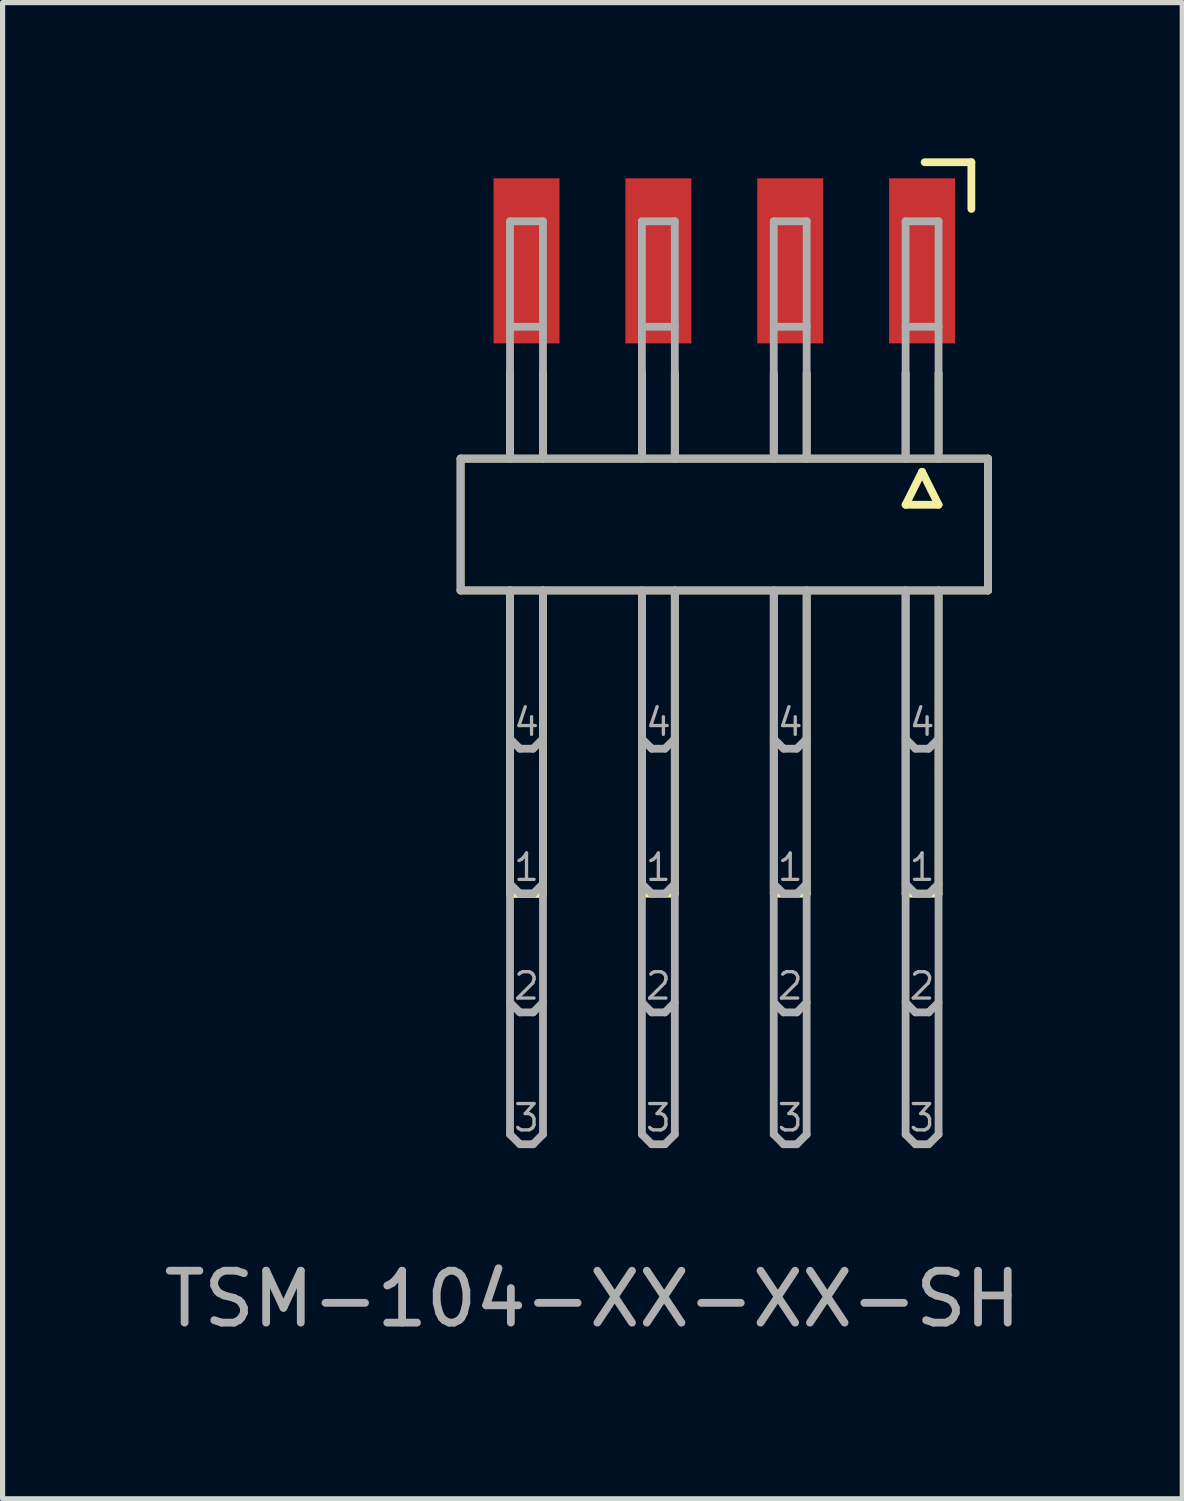
<source format=kicad_pcb>
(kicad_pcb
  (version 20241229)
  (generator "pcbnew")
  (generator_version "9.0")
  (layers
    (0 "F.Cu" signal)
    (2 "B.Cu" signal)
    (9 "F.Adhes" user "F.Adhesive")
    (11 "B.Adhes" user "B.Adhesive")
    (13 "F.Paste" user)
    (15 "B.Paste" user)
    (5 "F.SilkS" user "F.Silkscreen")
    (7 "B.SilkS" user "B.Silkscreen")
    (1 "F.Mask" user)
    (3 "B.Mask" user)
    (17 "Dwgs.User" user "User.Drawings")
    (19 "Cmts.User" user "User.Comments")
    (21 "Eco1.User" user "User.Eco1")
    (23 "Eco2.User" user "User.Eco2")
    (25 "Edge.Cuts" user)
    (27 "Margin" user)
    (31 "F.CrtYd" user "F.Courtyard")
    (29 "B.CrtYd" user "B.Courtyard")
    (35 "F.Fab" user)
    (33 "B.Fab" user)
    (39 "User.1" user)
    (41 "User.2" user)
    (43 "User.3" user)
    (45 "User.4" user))
  (footprint "TSM-104-XX-XX-SH"
    (layer "F.Cu")
    (at 10.903 6.975)
    (property "Reference" "TSM-104-XX-XX-SH" (at -2.54 15 0) (layer "F.Fab") (effects (font (size 1 1) (thickness 0.15))))
    (attr smd)
    (fp_line (start -5.08 -1.19) (end 5.08 -1.19) (stroke (width 0.15) (type solid)) (layer "F.SilkS"))
    (fp_line (start -5.08 1.35) (end -5.08 -1.19) (stroke (width 0.15) (type solid)) (layer "F.SilkS"))
    (fp_line (start -4.128 -2.841) (end -4.128 -1.19) (stroke (width 0.15) (type solid)) (layer "F.SilkS"))
    (fp_line (start -4.128 1.35) (end -4.128 7.192) (stroke (width 0.15) (type solid)) (layer "F.SilkS"))
    (fp_line (start -4.128 1.35) (end -4.128 7.192) (stroke (width 0.15) (type solid)) (layer "F.SilkS"))
    (fp_line (start -4.128 7.192) (end -3.493 7.192) (stroke (width 0.15) (type solid)) (layer "F.SilkS"))
    (fp_line (start -4.128 7.192) (end -3.493 7.192) (stroke (width 0.15) (type solid)) (layer "F.SilkS"))
    (fp_line (start -3.493 -1.19) (end -3.493 -2.841) (stroke (width 0.15) (type solid)) (layer "F.SilkS"))
    (fp_line (start -3.493 7.192) (end -3.493 1.35) (stroke (width 0.15) (type solid)) (layer "F.SilkS"))
    (fp_line (start -3.493 7.192) (end -3.493 1.35) (stroke (width 0.15) (type solid)) (layer "F.SilkS"))
    (fp_line (start -1.587 -2.841) (end -1.587 -1.19) (stroke (width 0.15) (type solid)) (layer "F.SilkS"))
    (fp_line (start -1.587 1.35) (end -1.587 7.192) (stroke (width 0.15) (type solid)) (layer "F.SilkS"))
    (fp_line (start -1.587 7.192) (end -0.953 7.192) (stroke (width 0.15) (type solid)) (layer "F.SilkS"))
    (fp_line (start -0.953 -1.19) (end -0.953 -2.841) (stroke (width 0.15) (type solid)) (layer "F.SilkS"))
    (fp_line (start -0.953 7.192) (end -0.953 1.35) (stroke (width 0.15) (type solid)) (layer "F.SilkS"))
    (fp_line (start 0.953 -2.841) (end 0.953 -1.19) (stroke (width 0.15) (type solid)) (layer "F.SilkS"))
    (fp_line (start 0.953 1.35) (end 0.953 7.192) (stroke (width 0.15) (type solid)) (layer "F.SilkS"))
    (fp_line (start 0.953 7.192) (end 1.587 7.192) (stroke (width 0.15) (type solid)) (layer "F.SilkS"))
    (fp_line (start 1.587 -1.19) (end 1.587 -2.841) (stroke (width 0.15) (type solid)) (layer "F.SilkS"))
    (fp_line (start 1.587 7.192) (end 1.587 1.35) (stroke (width 0.15) (type solid)) (layer "F.SilkS"))
    (fp_line (start 3.493 -2.841) (end 3.493 -1.19) (stroke (width 0.15) (type solid)) (layer "F.SilkS"))
    (fp_line (start 3.493 -0.301) (end 4.128 -0.301) (stroke (width 0.15) (type solid)) (layer "F.SilkS"))
    (fp_line (start 3.493 1.35) (end 3.493 7.192) (stroke (width 0.15) (type solid)) (layer "F.SilkS"))
    (fp_line (start 3.493 7.192) (end 4.128 7.192) (stroke (width 0.15) (type solid)) (layer "F.SilkS"))
    (fp_line (start 3.81 -0.936) (end 3.493 -0.301) (stroke (width 0.15) (type solid)) (layer "F.SilkS"))
    (fp_line (start 3.86 -6.9) (end 4.76 -6.9) (stroke (width 0.15) (type solid)) (layer "F.SilkS"))
    (fp_line (start 4.128 -1.19) (end 4.128 -2.841) (stroke (width 0.15) (type solid)) (layer "F.SilkS"))
    (fp_line (start 4.128 -0.301) (end 3.81 -0.936) (stroke (width 0.15) (type solid)) (layer "F.SilkS"))
    (fp_line (start 4.128 7.192) (end 4.128 1.35) (stroke (width 0.15) (type solid)) (layer "F.SilkS"))
    (fp_line (start 4.76 -6.9) (end 4.76 -6) (stroke (width 0.15) (type solid)) (layer "F.SilkS"))
    (fp_line (start 5.08 -1.19) (end 5.08 1.35) (stroke (width 0.15) (type solid)) (layer "F.SilkS"))
    (fp_line (start 5.08 1.35) (end -5.08 1.35) (stroke (width 0.15) (type solid)) (layer "F.SilkS"))
    (fp_line (start -5.08 -1.19) (end 5.08 -1.19) (stroke (width 0.15) (type solid)) (layer "F.Fab"))
    (fp_line (start -5.08 1.35) (end -5.08 -1.19) (stroke (width 0.15) (type solid)) (layer "F.Fab"))
    (fp_line (start -4.128 -5.762) (end -3.493 -5.762) (stroke (width 0.15) (type solid)) (layer "F.Fab"))
    (fp_line (start -4.128 -3.73) (end -4.128 -5.762) (stroke (width 0.15) (type solid)) (layer "F.Fab"))
    (fp_line (start -4.128 -3.73) (end -4.128 -1.19) (stroke (width 0.15) (type solid)) (layer "F.Fab"))
    (fp_line (start -4.128 1.35) (end -4.128 11.828) (stroke (width 0.15) (type solid)) (layer "F.Fab"))
    (fp_line (start -4.128 4.207) (end -3.937 4.398) (stroke (width 0.15) (type solid)) (layer "F.Fab"))
    (fp_line (start -4.128 7.002) (end -3.937 7.192) (stroke (width 0.15) (type solid)) (layer "F.Fab"))
    (fp_line (start -4.128 9.287) (end -3.937 9.478) (stroke (width 0.15) (type solid)) (layer "F.Fab"))
    (fp_line (start -4.128 11.828) (end -3.937 12.018) (stroke (width 0.15) (type solid)) (layer "F.Fab"))
    (fp_line (start -3.937 4.398) (end -3.683 4.398) (stroke (width 0.15) (type solid)) (layer "F.Fab"))
    (fp_line (start -3.937 7.192) (end -3.683 7.192) (stroke (width 0.15) (type solid)) (layer "F.Fab"))
    (fp_line (start -3.937 9.478) (end -3.683 9.478) (stroke (width 0.15) (type solid)) (layer "F.Fab"))
    (fp_line (start -3.937 12.018) (end -3.683 12.018) (stroke (width 0.15) (type solid)) (layer "F.Fab"))
    (fp_line (start -3.683 4.398) (end -3.493 4.207) (stroke (width 0.15) (type solid)) (layer "F.Fab"))
    (fp_line (start -3.683 7.192) (end -3.493 7.002) (stroke (width 0.15) (type solid)) (layer "F.Fab"))
    (fp_line (start -3.683 9.478) (end -3.493 9.287) (stroke (width 0.15) (type solid)) (layer "F.Fab"))
    (fp_line (start -3.683 12.018) (end -3.493 11.828) (stroke (width 0.15) (type solid)) (layer "F.Fab"))
    (fp_line (start -3.493 -5.762) (end -3.493 -3.73) (stroke (width 0.15) (type solid)) (layer "F.Fab"))
    (fp_line (start -3.493 -3.73) (end -4.128 -3.73) (stroke (width 0.15) (type solid)) (layer "F.Fab"))
    (fp_line (start -3.493 -3.73) (end -3.493 -1.19) (stroke (width 0.15) (type solid)) (layer "F.Fab"))
    (fp_line (start -3.493 11.828) (end -3.493 1.35) (stroke (width 0.15) (type solid)) (layer "F.Fab"))
    (fp_line (start -1.587 -5.762) (end -0.953 -5.762) (stroke (width 0.15) (type solid)) (layer "F.Fab"))
    (fp_line (start -1.587 -3.73) (end -1.587 -5.762) (stroke (width 0.15) (type solid)) (layer "F.Fab"))
    (fp_line (start -1.587 -3.73) (end -1.587 -1.19) (stroke (width 0.15) (type solid)) (layer "F.Fab"))
    (fp_line (start -1.587 1.35) (end -1.587 11.828) (stroke (width 0.15) (type solid)) (layer "F.Fab"))
    (fp_line (start -1.587 4.207) (end -1.397 4.398) (stroke (width 0.15) (type solid)) (layer "F.Fab"))
    (fp_line (start -1.587 7.002) (end -1.397 7.192) (stroke (width 0.15) (type solid)) (layer "F.Fab"))
    (fp_line (start -1.587 9.287) (end -1.397 9.478) (stroke (width 0.15) (type solid)) (layer "F.Fab"))
    (fp_line (start -1.587 11.828) (end -1.397 12.018) (stroke (width 0.15) (type solid)) (layer "F.Fab"))
    (fp_line (start -1.397 4.398) (end -1.143 4.398) (stroke (width 0.15) (type solid)) (layer "F.Fab"))
    (fp_line (start -1.397 7.192) (end -1.143 7.192) (stroke (width 0.15) (type solid)) (layer "F.Fab"))
    (fp_line (start -1.397 9.478) (end -1.143 9.478) (stroke (width 0.15) (type solid)) (layer "F.Fab"))
    (fp_line (start -1.397 12.018) (end -1.143 12.018) (stroke (width 0.15) (type solid)) (layer "F.Fab"))
    (fp_line (start -1.143 4.398) (end -0.953 4.207) (stroke (width 0.15) (type solid)) (layer "F.Fab"))
    (fp_line (start -1.143 7.192) (end -0.953 7.002) (stroke (width 0.15) (type solid)) (layer "F.Fab"))
    (fp_line (start -1.143 9.478) (end -0.953 9.287) (stroke (width 0.15) (type solid)) (layer "F.Fab"))
    (fp_line (start -1.143 12.018) (end -0.953 11.828) (stroke (width 0.15) (type solid)) (layer "F.Fab"))
    (fp_line (start -0.953 -5.762) (end -0.953 -3.73) (stroke (width 0.15) (type solid)) (layer "F.Fab"))
    (fp_line (start -0.953 -3.73) (end -1.587 -3.73) (stroke (width 0.15) (type solid)) (layer "F.Fab"))
    (fp_line (start -0.953 -3.73) (end -0.953 -1.19) (stroke (width 0.15) (type solid)) (layer "F.Fab"))
    (fp_line (start -0.953 11.828) (end -0.953 1.35) (stroke (width 0.15) (type solid)) (layer "F.Fab"))
    (fp_line (start 0.953 -5.762) (end 1.587 -5.762) (stroke (width 0.15) (type solid)) (layer "F.Fab"))
    (fp_line (start 0.953 -3.73) (end 0.953 -5.762) (stroke (width 0.15) (type solid)) (layer "F.Fab"))
    (fp_line (start 0.953 -3.73) (end 0.953 -1.19) (stroke (width 0.15) (type solid)) (layer "F.Fab"))
    (fp_line (start 0.953 1.35) (end 0.953 11.828) (stroke (width 0.15) (type solid)) (layer "F.Fab"))
    (fp_line (start 0.953 4.207) (end 1.143 4.398) (stroke (width 0.15) (type solid)) (layer "F.Fab"))
    (fp_line (start 0.953 7.002) (end 1.143 7.192) (stroke (width 0.15) (type solid)) (layer "F.Fab"))
    (fp_line (start 0.953 9.287) (end 1.143 9.478) (stroke (width 0.15) (type solid)) (layer "F.Fab"))
    (fp_line (start 0.953 11.828) (end 1.143 12.018) (stroke (width 0.15) (type solid)) (layer "F.Fab"))
    (fp_line (start 1.143 4.398) (end 1.397 4.398) (stroke (width 0.15) (type solid)) (layer "F.Fab"))
    (fp_line (start 1.143 7.192) (end 1.397 7.192) (stroke (width 0.15) (type solid)) (layer "F.Fab"))
    (fp_line (start 1.143 9.478) (end 1.397 9.478) (stroke (width 0.15) (type solid)) (layer "F.Fab"))
    (fp_line (start 1.143 12.018) (end 1.397 12.018) (stroke (width 0.15) (type solid)) (layer "F.Fab"))
    (fp_line (start 1.397 4.398) (end 1.587 4.207) (stroke (width 0.15) (type solid)) (layer "F.Fab"))
    (fp_line (start 1.397 7.192) (end 1.587 7.002) (stroke (width 0.15) (type solid)) (layer "F.Fab"))
    (fp_line (start 1.397 9.478) (end 1.587 9.287) (stroke (width 0.15) (type solid)) (layer "F.Fab"))
    (fp_line (start 1.397 12.018) (end 1.587 11.828) (stroke (width 0.15) (type solid)) (layer "F.Fab"))
    (fp_line (start 1.587 -5.762) (end 1.587 -3.73) (stroke (width 0.15) (type solid)) (layer "F.Fab"))
    (fp_line (start 1.587 -3.73) (end 0.953 -3.73) (stroke (width 0.15) (type solid)) (layer "F.Fab"))
    (fp_line (start 1.587 -3.73) (end 1.587 -1.19) (stroke (width 0.15) (type solid)) (layer "F.Fab"))
    (fp_line (start 1.587 11.828) (end 1.587 1.35) (stroke (width 0.15) (type solid)) (layer "F.Fab"))
    (fp_line (start 3.493 -5.762) (end 4.128 -5.762) (stroke (width 0.15) (type solid)) (layer "F.Fab"))
    (fp_line (start 3.493 -3.73) (end 3.493 -5.762) (stroke (width 0.15) (type solid)) (layer "F.Fab"))
    (fp_line (start 3.493 -3.73) (end 3.493 -1.19) (stroke (width 0.15) (type solid)) (layer "F.Fab"))
    (fp_line (start 3.493 1.35) (end 3.493 11.828) (stroke (width 0.15) (type solid)) (layer "F.Fab"))
    (fp_line (start 3.493 4.207) (end 3.683 4.398) (stroke (width 0.15) (type solid)) (layer "F.Fab"))
    (fp_line (start 3.493 7.002) (end 3.683 7.192) (stroke (width 0.15) (type solid)) (layer "F.Fab"))
    (fp_line (start 3.493 9.287) (end 3.683 9.478) (stroke (width 0.15) (type solid)) (layer "F.Fab"))
    (fp_line (start 3.493 11.828) (end 3.683 12.018) (stroke (width 0.15) (type solid)) (layer "F.Fab"))
    (fp_line (start 3.683 4.398) (end 3.937 4.398) (stroke (width 0.15) (type solid)) (layer "F.Fab"))
    (fp_line (start 3.683 7.192) (end 3.937 7.192) (stroke (width 0.15) (type solid)) (layer "F.Fab"))
    (fp_line (start 3.683 9.478) (end 3.937 9.478) (stroke (width 0.15) (type solid)) (layer "F.Fab"))
    (fp_line (start 3.683 12.018) (end 3.937 12.018) (stroke (width 0.15) (type solid)) (layer "F.Fab"))
    (fp_line (start 3.937 4.398) (end 4.128 4.207) (stroke (width 0.15) (type solid)) (layer "F.Fab"))
    (fp_line (start 3.937 7.192) (end 4.128 7.002) (stroke (width 0.15) (type solid)) (layer "F.Fab"))
    (fp_line (start 3.937 9.478) (end 4.128 9.287) (stroke (width 0.15) (type solid)) (layer "F.Fab"))
    (fp_line (start 3.937 12.018) (end 4.128 11.828) (stroke (width 0.15) (type solid)) (layer "F.Fab"))
    (fp_line (start 4.128 -5.762) (end 4.128 -3.73) (stroke (width 0.15) (type solid)) (layer "F.Fab"))
    (fp_line (start 4.128 -3.73) (end 3.493 -3.73) (stroke (width 0.15) (type solid)) (layer "F.Fab"))
    (fp_line (start 4.128 -3.73) (end 4.128 -1.19) (stroke (width 0.15) (type solid)) (layer "F.Fab"))
    (fp_line (start 4.128 11.828) (end 4.128 1.35) (stroke (width 0.15) (type solid)) (layer "F.Fab"))
    (fp_line (start 5.08 -1.19) (end 5.08 1.35) (stroke (width 0.15) (type solid)) (layer "F.Fab"))
    (fp_line (start 5.08 1.35) (end -5.08 1.35) (stroke (width 0.15) (type solid)) (layer "F.Fab"))
    (fp_text user "4" (at 3.81 3.89 0) (layer "F.Fab") (effects (font (size 0.508 0.508) (thickness 0.064))))
    (fp_text user "3" (at 3.81 11.51 0) (layer "F.Fab") (effects (font (size 0.508 0.508) (thickness 0.064))))
    (fp_text user "1" (at -1.27 6.684 0) (layer "F.Fab") (effects (font (size 0.508 0.508) (thickness 0.064))))
    (fp_text user "4" (at 1.27 3.89 0) (layer "F.Fab") (effects (font (size 0.508 0.508) (thickness 0.064))))
    (fp_text user "3" (at 1.27 11.51 0) (layer "F.Fab") (effects (font (size 0.508 0.508) (thickness 0.064))))
    (fp_text user "4" (at -1.27 3.89 0) (layer "F.Fab") (effects (font (size 0.508 0.508) (thickness 0.064))))
    (fp_text user "1" (at 3.81 6.684 0) (layer "F.Fab") (effects (font (size 0.508 0.508) (thickness 0.064))))
    (fp_text user "1" (at 1.27 6.684 0) (layer "F.Fab") (effects (font (size 0.508 0.508) (thickness 0.064))))
    (fp_text user "4" (at -3.81 3.89 0) (layer "F.Fab") (effects (font (size 0.508 0.508) (thickness 0.064))))
    (fp_text user "2" (at 1.27 8.97 0) (layer "F.Fab") (effects (font (size 0.508 0.508) (thickness 0.064))))
    (fp_text user "3" (at -1.27 11.51 0) (layer "F.Fab") (effects (font (size 0.508 0.508) (thickness 0.064))))
    (fp_text user "1" (at -3.81 6.684 0) (layer "F.Fab") (effects (font (size 0.508 0.508) (thickness 0.064))))
    (fp_text user "3" (at -3.81 11.51 0) (layer "F.Fab") (effects (font (size 0.508 0.508) (thickness 0.064))))
    (fp_text user "2" (at -1.27 8.97 0) (layer "F.Fab") (effects (font (size 0.508 0.508) (thickness 0.064))))
    (fp_text user "2" (at -3.81 8.97 0) (layer "F.Fab") (effects (font (size 0.508 0.508) (thickness 0.064))))
    (fp_text user "2" (at 3.81 8.97 0) (layer "F.Fab") (effects (font (size 0.508 0.508) (thickness 0.064))))
    (pad "1" smd rect (at 3.81 -5) (size 1.27 3.18) (layers "F.Cu" "F.Mask" "F.Paste"))
    (pad "2" smd rect (at 1.27 -5) (size 1.27 3.18) (layers "F.Cu" "F.Mask" "F.Paste"))
    (pad "3" smd rect (at -1.27 -5) (size 1.27 3.18) (layers "F.Cu" "F.Mask" "F.Paste"))
    (pad "4" smd rect (at -3.81 -5) (size 1.27 3.18) (layers "F.Cu" "F.Mask" "F.Paste")))
  (gr_rect
    (start -3 -3)
    (end 19.726 25.823)
    (stroke (width 0.1) (type default))
    (fill no)
    (layer "Edge.Cuts")))
</source>
